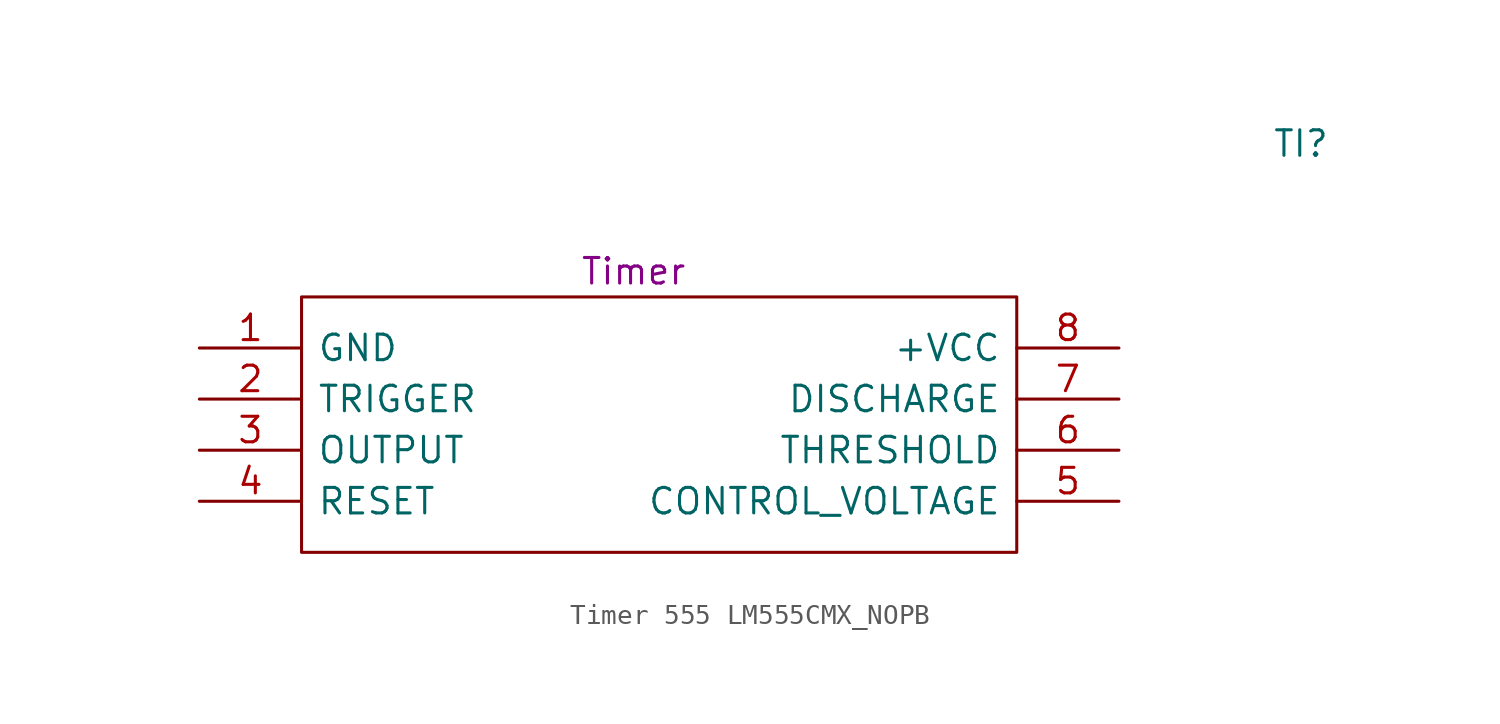
<source format=kicad_sym>
(kicad_symbol_lib
  (version 20211014)
  (generator kicad_symbol_editor)
  (symbol "Timer 555 LM555CMX_NOPB"
    (pin_names
      (offset 0.762))
    (property "Reference" "TI"
      (at 53.34 10.16 0)
      (effects (font (size 1.27 1.27)) (justify left)))
    (property "Render Name" "Timer"
      (at 21.59 3.81 0)
      (effects (font (size 1.27 1.27))))
    (symbol "Timer 555 LM555CMX_NOPB_0_0"
      (pin passive line (at 0 0 0) (length 5.08) (name "GND" (effects (font (size 1.27 1.27)))) (number "1" (effects (font (size 1.27 1.27)))))
      (pin passive line (at 0 -2.54 0) (length 5.08) (name "TRIGGER" (effects (font (size 1.27 1.27)))) (number "2" (effects (font (size 1.27 1.27)))))
      (pin passive line (at 0 -5.08 0) (length 5.08) (name "OUTPUT" (effects (font (size 1.27 1.27)))) (number "3" (effects (font (size 1.27 1.27)))))
      (pin passive line (at 0 -7.62 0) (length 5.08) (name "RESET" (effects (font (size 1.27 1.27)))) (number "4" (effects (font (size 1.27 1.27)))))
      (pin passive line (at 45.72 -7.62 180) (length 5.08) (name "CONTROL_VOLTAGE" (effects (font (size 1.27 1.27)))) (number "5" (effects (font (size 1.27 1.27)))))
      (pin passive line (at 45.72 -5.08 180) (length 5.08) (name "THRESHOLD" (effects (font (size 1.27 1.27)))) (number "6" (effects (font (size 1.27 1.27)))))
      (pin passive line (at 45.72 -2.54 180) (length 5.08) (name "DISCHARGE" (effects (font (size 1.27 1.27)))) (number "7" (effects (font (size 1.27 1.27)))))
      (pin passive line (at 45.72 0 180) (length 5.08) (name "+VCC" (effects (font (size 1.27 1.27)))) (number "8" (effects (font (size 1.27 1.27))))))
    (symbol "Timer 555 LM555CMX_NOPB_0_1"
      (polyline (pts (xy 5.08 2.54) (xy 40.64 2.54) (xy 40.64 -10.16) (xy 5.08 -10.16) (xy 5.08 2.54)) (stroke (width 0.152) (type default) (color 0 0 0 0)) (fill (type none))))))
</source>
